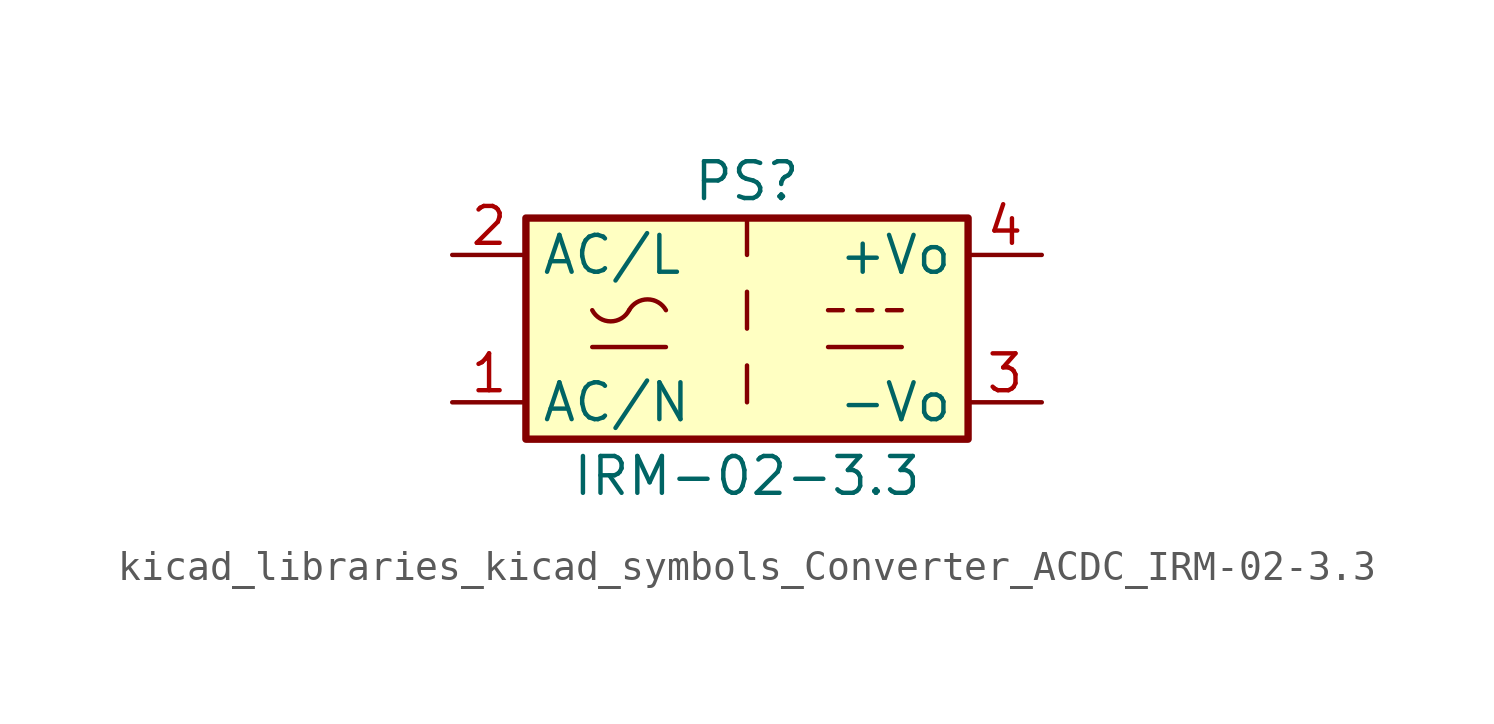
<source format=kicad_sym>
(kicad_symbol_lib
  (version 20220914)
  (generator kicad_symbol_editor)
  (symbol "kicad_libraries_kicad_symbols_Converter_ACDC_IRM-02-3.3"
    (property "Reference" "PS"
      (at 0 5.08 0)
      (effects (font (size 1.27 1.27))))
    (property "Value" "IRM-02-3.3"
      (at 0 -5.08 0)
      (effects (font (size 1.27 1.27))))
    (symbol "kicad_libraries_kicad_symbols_Converter_ACDC_IRM-02-3.3_0_1"
      (rectangle (start -7.62 3.81) (end 7.62 -3.81) (stroke (width 0.254) (type default)) (fill (type background)))
      (arc (start -5.334 0.635) (mid -4.699 0.2495) (end -4.064 0.635) (stroke (width 0) (type default)) (fill (type none)))
      (arc (start -2.794 0.635) (mid -3.429 1.0072) (end -4.064 0.635) (stroke (width 0) (type default)) (fill (type none)))
      (polyline (pts (xy -5.334 -0.635) (xy -2.794 -0.635)) (stroke (width 0) (type default)) (fill (type none)))
      (polyline (pts (xy 2.794 -0.635) (xy 5.334 -0.635)) (stroke (width 0) (type default)) (fill (type none)))
      (polyline (pts (xy 2.794 0.635) (xy 3.302 0.635)) (stroke (width 0) (type default)) (fill (type none)))
      (polyline (pts (xy 3.81 0.635) (xy 4.318 0.635)) (stroke (width 0) (type default)) (fill (type none)))
      (polyline (pts (xy 4.826 0.635) (xy 5.334 0.635)) (stroke (width 0) (type default)) (fill (type none))))
    (symbol "kicad_libraries_kicad_symbols_Converter_ACDC_IRM-02-3.3_1_1"
      (polyline (pts (xy 0 -1.27) (xy 0 -2.54)) (stroke (width 0) (type default)) (fill (type none)))
      (polyline (pts (xy 0 1.27) (xy 0 0)) (stroke (width 0) (type default)) (fill (type none)))
      (polyline (pts (xy 0 3.81) (xy 0 2.54)) (stroke (width 0) (type default)) (fill (type none)))
      (pin power_in line (at -10.16 -2.54 0) (length 2.54) (name "AC/N" (effects (font (size 1.27 1.27)))) (number "1" (effects (font (size 1.27 1.27)))))
      (pin power_in line (at -10.16 2.54 0) (length 2.54) (name "AC/L" (effects (font (size 1.27 1.27)))) (number "2" (effects (font (size 1.27 1.27)))))
      (pin power_out line (at 10.16 -2.54 180) (length 2.54) (name "-Vo" (effects (font (size 1.27 1.27)))) (number "3" (effects (font (size 1.27 1.27)))))
      (pin power_out line (at 10.16 2.54 180) (length 2.54) (name "+Vo" (effects (font (size 1.27 1.27)))) (number "4" (effects (font (size 1.27 1.27))))))))
</source>
